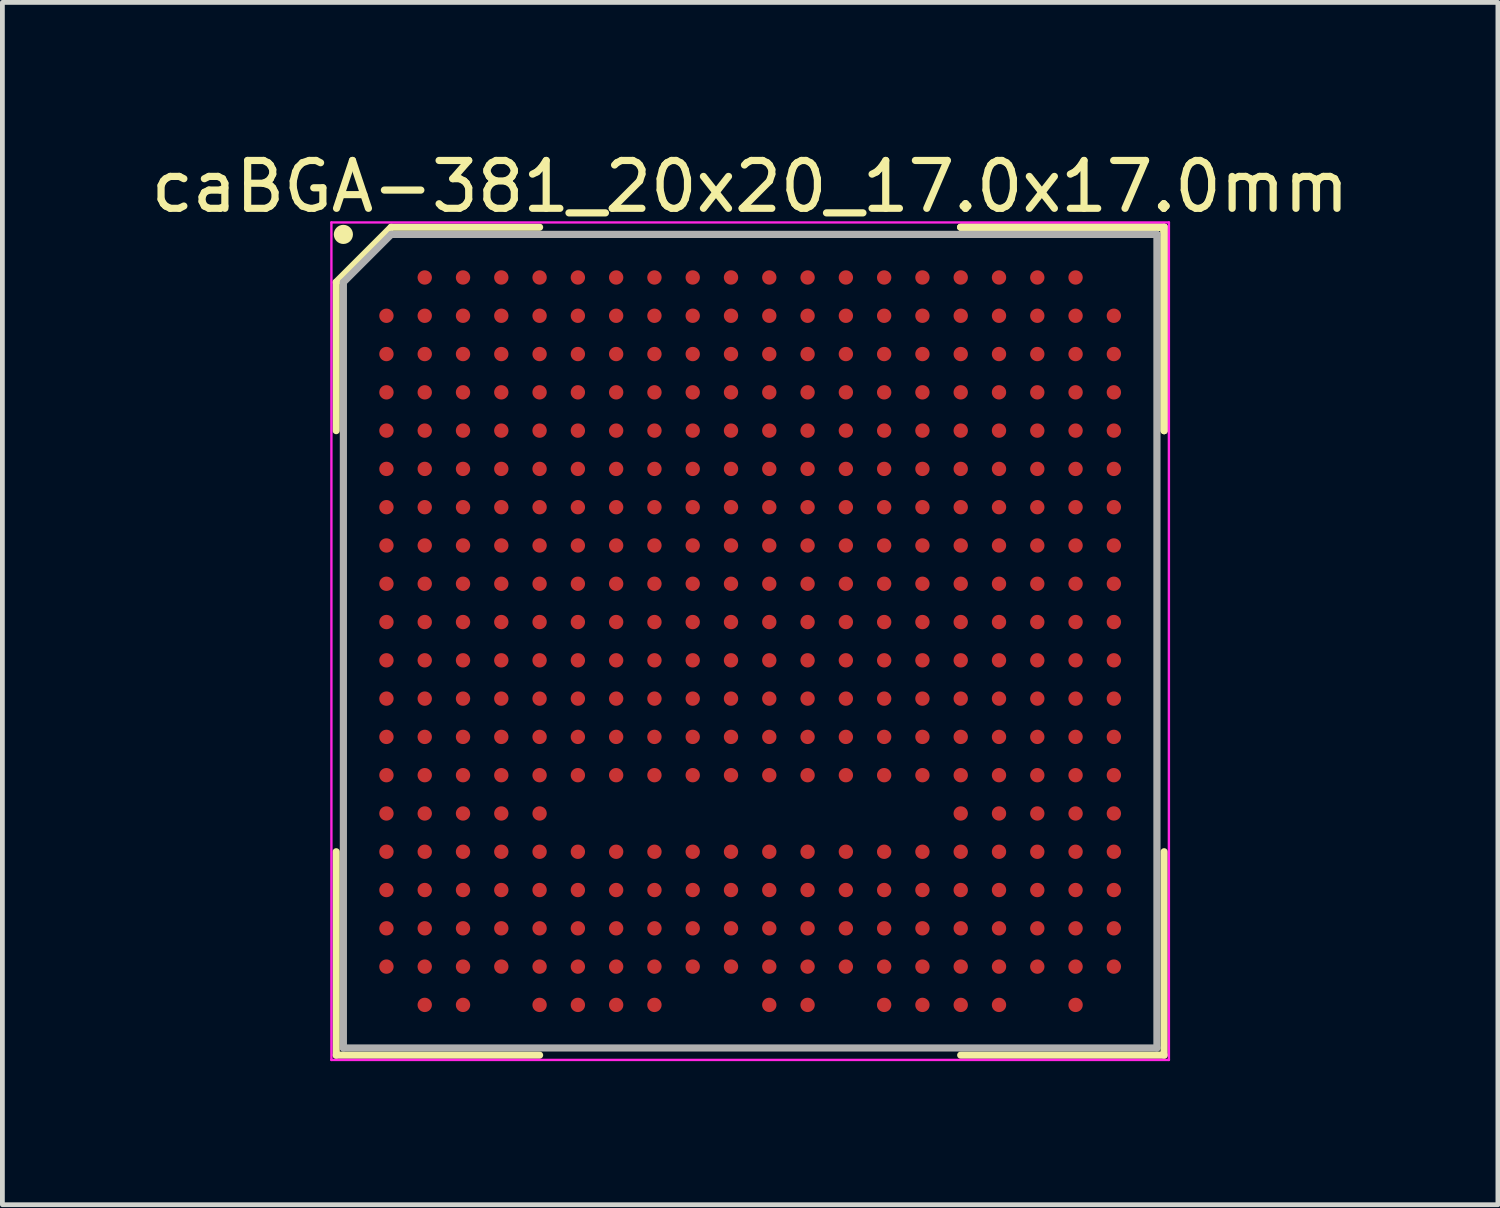
<source format=kicad_pcb>
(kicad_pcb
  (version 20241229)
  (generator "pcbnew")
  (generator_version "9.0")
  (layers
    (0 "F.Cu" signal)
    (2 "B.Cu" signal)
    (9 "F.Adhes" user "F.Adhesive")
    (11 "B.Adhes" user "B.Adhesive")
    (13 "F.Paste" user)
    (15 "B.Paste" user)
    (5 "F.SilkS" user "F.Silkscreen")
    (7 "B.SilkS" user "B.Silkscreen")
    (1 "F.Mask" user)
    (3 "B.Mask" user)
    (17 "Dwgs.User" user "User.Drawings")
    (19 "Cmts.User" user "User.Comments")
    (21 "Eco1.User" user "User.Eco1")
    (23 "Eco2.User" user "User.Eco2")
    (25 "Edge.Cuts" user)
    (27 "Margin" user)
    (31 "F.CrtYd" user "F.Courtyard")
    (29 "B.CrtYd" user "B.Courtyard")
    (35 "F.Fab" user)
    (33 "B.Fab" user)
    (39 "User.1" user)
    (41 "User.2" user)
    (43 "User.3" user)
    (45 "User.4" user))
  (footprint "caBGA-381_20x20_17.0x17.0mm"
    (layer "F.Cu")
    (at 12.625 10.348)
    (property "Reference" "caBGA-381_20x20_17.0x17.0mm" (at 0 -9.5 0) (layer "F.SilkS") (effects (font (size 1 1) (thickness 0.15))))
    (attr smd)
    (fp_line (start -8.65 -7.5) (end -8.65 -4.4) (stroke (width 0.15) (type solid)) (layer "F.SilkS"))
    (fp_line (start -8.65 8.65) (end -8.65 4.4) (stroke (width 0.15) (type solid)) (layer "F.SilkS"))
    (fp_line (start -7.5 -8.65) (end -8.65 -7.5) (stroke (width 0.15) (type solid)) (layer "F.SilkS"))
    (fp_line (start -4.4 -8.65) (end -7.5 -8.65) (stroke (width 0.15) (type solid)) (layer "F.SilkS"))
    (fp_line (start -4.4 8.65) (end -8.65 8.65) (stroke (width 0.15) (type solid)) (layer "F.SilkS"))
    (fp_line (start 4.4 -8.65) (end 8.65 -8.65) (stroke (width 0.15) (type solid)) (layer "F.SilkS"))
    (fp_line (start 4.4 -8.65) (end 8.65 -8.65) (stroke (width 0.15) (type solid)) (layer "F.SilkS"))
    (fp_line (start 4.4 -8.65) (end 8.65 -8.65) (stroke (width 0.15) (type solid)) (layer "F.SilkS"))
    (fp_line (start 4.4 8.65) (end 8.65 8.65) (stroke (width 0.15) (type solid)) (layer "F.SilkS"))
    (fp_line (start 8.65 -8.65) (end 8.65 -4.4) (stroke (width 0.15) (type solid)) (layer "F.SilkS"))
    (fp_line (start 8.65 -8.65) (end 8.65 -4.4) (stroke (width 0.15) (type solid)) (layer "F.SilkS"))
    (fp_line (start 8.65 -8.65) (end 8.65 -4.4) (stroke (width 0.15) (type solid)) (layer "F.SilkS"))
    (fp_line (start 8.65 8.65) (end 8.65 4.4) (stroke (width 0.15) (type solid)) (layer "F.SilkS"))
    (fp_circle (center -8.5 -8.5) (end -8.5 -8.4) (stroke (width 0.2) (type solid)) (fill no) (layer "F.SilkS"))
    (fp_line (start -8.75 -8.75) (end 8.75 -8.75) (stroke (width 0.05) (type solid)) (layer "F.CrtYd"))
    (fp_line (start -8.75 8.75) (end -8.75 -8.75) (stroke (width 0.05) (type solid)) (layer "F.CrtYd"))
    (fp_line (start 8.75 -8.75) (end 8.75 8.75) (stroke (width 0.05) (type solid)) (layer "F.CrtYd"))
    (fp_line (start 8.75 8.75) (end -8.75 8.75) (stroke (width 0.05) (type solid)) (layer "F.CrtYd"))
    (fp_line (start -8.5 -7.5) (end -8.5 8.5) (stroke (width 0.15) (type solid)) (layer "F.Fab"))
    (fp_line (start -8.5 8.5) (end 8.5 8.5) (stroke (width 0.15) (type solid)) (layer "F.Fab"))
    (fp_line (start -7.5 -8.5) (end -8.5 -7.5) (stroke (width 0.15) (type solid)) (layer "F.Fab"))
    (fp_line (start 8.5 -8.5) (end -7.5 -8.5) (stroke (width 0.15) (type solid)) (layer "F.Fab"))
    (fp_line (start 8.5 8.5) (end 8.5 -8.5) (stroke (width 0.15) (type solid)) (layer "F.Fab"))
    (pad "A2" smd circle (at -6.8 -7.6) (size 0.3 0.3) (layers "F.Cu" "F.Mask" "F.Paste"))
    (pad "A3" smd circle (at -6 -7.6) (size 0.3 0.3) (layers "F.Cu" "F.Mask" "F.Paste"))
    (pad "A4" smd circle (at -5.2 -7.6) (size 0.3 0.3) (layers "F.Cu" "F.Mask" "F.Paste"))
    (pad "A5" smd circle (at -4.4 -7.6) (size 0.3 0.3) (layers "F.Cu" "F.Mask" "F.Paste"))
    (pad "A6" smd circle (at -3.6 -7.6) (size 0.3 0.3) (layers "F.Cu" "F.Mask" "F.Paste"))
    (pad "A7" smd circle (at -2.8 -7.6) (size 0.3 0.3) (layers "F.Cu" "F.Mask" "F.Paste"))
    (pad "A8" smd circle (at -2 -7.6) (size 0.3 0.3) (layers "F.Cu" "F.Mask" "F.Paste"))
    (pad "A9" smd circle (at -1.2 -7.6) (size 0.3 0.3) (layers "F.Cu" "F.Mask" "F.Paste"))
    (pad "A10" smd circle (at -0.4 -7.6) (size 0.3 0.3) (layers "F.Cu" "F.Mask" "F.Paste"))
    (pad "A11" smd circle (at 0.4 -7.6) (size 0.3 0.3) (layers "F.Cu" "F.Mask" "F.Paste"))
    (pad "A12" smd circle (at 1.2 -7.6) (size 0.3 0.3) (layers "F.Cu" "F.Mask" "F.Paste"))
    (pad "A13" smd circle (at 2 -7.6) (size 0.3 0.3) (layers "F.Cu" "F.Mask" "F.Paste"))
    (pad "A14" smd circle (at 2.8 -7.6) (size 0.3 0.3) (layers "F.Cu" "F.Mask" "F.Paste"))
    (pad "A15" smd circle (at 3.6 -7.6) (size 0.3 0.3) (layers "F.Cu" "F.Mask" "F.Paste"))
    (pad "A16" smd circle (at 4.4 -7.6) (size 0.3 0.3) (layers "F.Cu" "F.Mask" "F.Paste"))
    (pad "A17" smd circle (at 5.2 -7.6) (size 0.3 0.3) (layers "F.Cu" "F.Mask" "F.Paste"))
    (pad "A18" smd circle (at 6 -7.6) (size 0.3 0.3) (layers "F.Cu" "F.Mask" "F.Paste"))
    (pad "A19" smd circle (at 6.8 -7.6) (size 0.3 0.3) (layers "F.Cu" "F.Mask" "F.Paste"))
    (pad "B1" smd circle (at -7.6 -6.8) (size 0.3 0.3) (layers "F.Cu" "F.Mask" "F.Paste"))
    (pad "B2" smd circle (at -6.8 -6.8) (size 0.3 0.3) (layers "F.Cu" "F.Mask" "F.Paste"))
    (pad "B3" smd circle (at -6 -6.8) (size 0.3 0.3) (layers "F.Cu" "F.Mask" "F.Paste"))
    (pad "B4" smd circle (at -5.2 -6.8) (size 0.3 0.3) (layers "F.Cu" "F.Mask" "F.Paste"))
    (pad "B5" smd circle (at -4.4 -6.8) (size 0.3 0.3) (layers "F.Cu" "F.Mask" "F.Paste"))
    (pad "B6" smd circle (at -3.6 -6.8) (size 0.3 0.3) (layers "F.Cu" "F.Mask" "F.Paste"))
    (pad "B7" smd circle (at -2.8 -6.8) (size 0.3 0.3) (layers "F.Cu" "F.Mask" "F.Paste"))
    (pad "B8" smd circle (at -2 -6.8) (size 0.3 0.3) (layers "F.Cu" "F.Mask" "F.Paste"))
    (pad "B9" smd circle (at -1.2 -6.8) (size 0.3 0.3) (layers "F.Cu" "F.Mask" "F.Paste"))
    (pad "B10" smd circle (at -0.4 -6.8) (size 0.3 0.3) (layers "F.Cu" "F.Mask" "F.Paste"))
    (pad "B11" smd circle (at 0.4 -6.8) (size 0.3 0.3) (layers "F.Cu" "F.Mask" "F.Paste"))
    (pad "B12" smd circle (at 1.2 -6.8) (size 0.3 0.3) (layers "F.Cu" "F.Mask" "F.Paste"))
    (pad "B13" smd circle (at 2 -6.8) (size 0.3 0.3) (layers "F.Cu" "F.Mask" "F.Paste"))
    (pad "B14" smd circle (at 2.8 -6.8) (size 0.3 0.3) (layers "F.Cu" "F.Mask" "F.Paste"))
    (pad "B15" smd circle (at 3.6 -6.8) (size 0.3 0.3) (layers "F.Cu" "F.Mask" "F.Paste"))
    (pad "B16" smd circle (at 4.4 -6.8) (size 0.3 0.3) (layers "F.Cu" "F.Mask" "F.Paste"))
    (pad "B17" smd circle (at 5.2 -6.8) (size 0.3 0.3) (layers "F.Cu" "F.Mask" "F.Paste"))
    (pad "B18" smd circle (at 6 -6.8) (size 0.3 0.3) (layers "F.Cu" "F.Mask" "F.Paste"))
    (pad "B19" smd circle (at 6.8 -6.8) (size 0.3 0.3) (layers "F.Cu" "F.Mask" "F.Paste"))
    (pad "B20" smd circle (at 7.6 -6.8) (size 0.3 0.3) (layers "F.Cu" "F.Mask" "F.Paste"))
    (pad "C1" smd circle (at -7.6 -6) (size 0.3 0.3) (layers "F.Cu" "F.Mask" "F.Paste"))
    (pad "C2" smd circle (at -6.8 -6) (size 0.3 0.3) (layers "F.Cu" "F.Mask" "F.Paste"))
    (pad "C3" smd circle (at -6 -6) (size 0.3 0.3) (layers "F.Cu" "F.Mask" "F.Paste"))
    (pad "C4" smd circle (at -5.2 -6) (size 0.3 0.3) (layers "F.Cu" "F.Mask" "F.Paste"))
    (pad "C5" smd circle (at -4.4 -6) (size 0.3 0.3) (layers "F.Cu" "F.Mask" "F.Paste"))
    (pad "C6" smd circle (at -3.6 -6) (size 0.3 0.3) (layers "F.Cu" "F.Mask" "F.Paste"))
    (pad "C7" smd circle (at -2.8 -6) (size 0.3 0.3) (layers "F.Cu" "F.Mask" "F.Paste"))
    (pad "C8" smd circle (at -2 -6) (size 0.3 0.3) (layers "F.Cu" "F.Mask" "F.Paste"))
    (pad "C9" smd circle (at -1.2 -6) (size 0.3 0.3) (layers "F.Cu" "F.Mask" "F.Paste"))
    (pad "C10" smd circle (at -0.4 -6) (size 0.3 0.3) (layers "F.Cu" "F.Mask" "F.Paste"))
    (pad "C11" smd circle (at 0.4 -6) (size 0.3 0.3) (layers "F.Cu" "F.Mask" "F.Paste"))
    (pad "C12" smd circle (at 1.2 -6) (size 0.3 0.3) (layers "F.Cu" "F.Mask" "F.Paste"))
    (pad "C13" smd circle (at 2 -6) (size 0.3 0.3) (layers "F.Cu" "F.Mask" "F.Paste"))
    (pad "C14" smd circle (at 2.8 -6) (size 0.3 0.3) (layers "F.Cu" "F.Mask" "F.Paste"))
    (pad "C15" smd circle (at 3.6 -6) (size 0.3 0.3) (layers "F.Cu" "F.Mask" "F.Paste"))
    (pad "C16" smd circle (at 4.4 -6) (size 0.3 0.3) (layers "F.Cu" "F.Mask" "F.Paste"))
    (pad "C17" smd circle (at 5.2 -6) (size 0.3 0.3) (layers "F.Cu" "F.Mask" "F.Paste"))
    (pad "C18" smd circle (at 6 -6) (size 0.3 0.3) (layers "F.Cu" "F.Mask" "F.Paste"))
    (pad "C19" smd circle (at 6.8 -6) (size 0.3 0.3) (layers "F.Cu" "F.Mask" "F.Paste"))
    (pad "C20" smd circle (at 7.6 -6) (size 0.3 0.3) (layers "F.Cu" "F.Mask" "F.Paste"))
    (pad "D1" smd circle (at -7.6 -5.2) (size 0.3 0.3) (layers "F.Cu" "F.Mask" "F.Paste"))
    (pad "D2" smd circle (at -6.8 -5.2) (size 0.3 0.3) (layers "F.Cu" "F.Mask" "F.Paste"))
    (pad "D3" smd circle (at -6 -5.2) (size 0.3 0.3) (layers "F.Cu" "F.Mask" "F.Paste"))
    (pad "D4" smd circle (at -5.2 -5.2) (size 0.3 0.3) (layers "F.Cu" "F.Mask" "F.Paste"))
    (pad "D5" smd circle (at -4.4 -5.2) (size 0.3 0.3) (layers "F.Cu" "F.Mask" "F.Paste"))
    (pad "D6" smd circle (at -3.6 -5.2) (size 0.3 0.3) (layers "F.Cu" "F.Mask" "F.Paste"))
    (pad "D7" smd circle (at -2.8 -5.2) (size 0.3 0.3) (layers "F.Cu" "F.Mask" "F.Paste"))
    (pad "D8" smd circle (at -2 -5.2) (size 0.3 0.3) (layers "F.Cu" "F.Mask" "F.Paste"))
    (pad "D9" smd circle (at -1.2 -5.2) (size 0.3 0.3) (layers "F.Cu" "F.Mask" "F.Paste"))
    (pad "D10" smd circle (at -0.4 -5.2) (size 0.3 0.3) (layers "F.Cu" "F.Mask" "F.Paste"))
    (pad "D11" smd circle (at 0.4 -5.2) (size 0.3 0.3) (layers "F.Cu" "F.Mask" "F.Paste"))
    (pad "D12" smd circle (at 1.2 -5.2) (size 0.3 0.3) (layers "F.Cu" "F.Mask" "F.Paste"))
    (pad "D13" smd circle (at 2 -5.2) (size 0.3 0.3) (layers "F.Cu" "F.Mask" "F.Paste"))
    (pad "D14" smd circle (at 2.8 -5.2) (size 0.3 0.3) (layers "F.Cu" "F.Mask" "F.Paste"))
    (pad "D15" smd circle (at 3.6 -5.2) (size 0.3 0.3) (layers "F.Cu" "F.Mask" "F.Paste"))
    (pad "D16" smd circle (at 4.4 -5.2) (size 0.3 0.3) (layers "F.Cu" "F.Mask" "F.Paste"))
    (pad "D17" smd circle (at 5.2 -5.2) (size 0.3 0.3) (layers "F.Cu" "F.Mask" "F.Paste"))
    (pad "D18" smd circle (at 6 -5.2) (size 0.3 0.3) (layers "F.Cu" "F.Mask" "F.Paste"))
    (pad "D19" smd circle (at 6.8 -5.2) (size 0.3 0.3) (layers "F.Cu" "F.Mask" "F.Paste"))
    (pad "D20" smd circle (at 7.6 -5.2) (size 0.3 0.3) (layers "F.Cu" "F.Mask" "F.Paste"))
    (pad "E1" smd circle (at -7.6 -4.4) (size 0.3 0.3) (layers "F.Cu" "F.Mask" "F.Paste"))
    (pad "E2" smd circle (at -6.8 -4.4) (size 0.3 0.3) (layers "F.Cu" "F.Mask" "F.Paste"))
    (pad "E3" smd circle (at -6 -4.4) (size 0.3 0.3) (layers "F.Cu" "F.Mask" "F.Paste"))
    (pad "E4" smd circle (at -5.2 -4.4) (size 0.3 0.3) (layers "F.Cu" "F.Mask" "F.Paste"))
    (pad "E5" smd circle (at -4.4 -4.4) (size 0.3 0.3) (layers "F.Cu" "F.Mask" "F.Paste"))
    (pad "E6" smd circle (at -3.6 -4.4) (size 0.3 0.3) (layers "F.Cu" "F.Mask" "F.Paste"))
    (pad "E7" smd circle (at -2.8 -4.4) (size 0.3 0.3) (layers "F.Cu" "F.Mask" "F.Paste"))
    (pad "E8" smd circle (at -2 -4.4) (size 0.3 0.3) (layers "F.Cu" "F.Mask" "F.Paste"))
    (pad "E9" smd circle (at -1.2 -4.4) (size 0.3 0.3) (layers "F.Cu" "F.Mask" "F.Paste"))
    (pad "E10" smd circle (at -0.4 -4.4) (size 0.3 0.3) (layers "F.Cu" "F.Mask" "F.Paste"))
    (pad "E11" smd circle (at 0.4 -4.4) (size 0.3 0.3) (layers "F.Cu" "F.Mask" "F.Paste"))
    (pad "E12" smd circle (at 1.2 -4.4) (size 0.3 0.3) (layers "F.Cu" "F.Mask" "F.Paste"))
    (pad "E13" smd circle (at 2 -4.4) (size 0.3 0.3) (layers "F.Cu" "F.Mask" "F.Paste"))
    (pad "E14" smd circle (at 2.8 -4.4) (size 0.3 0.3) (layers "F.Cu" "F.Mask" "F.Paste"))
    (pad "E15" smd circle (at 3.6 -4.4) (size 0.3 0.3) (layers "F.Cu" "F.Mask" "F.Paste"))
    (pad "E16" smd circle (at 4.4 -4.4) (size 0.3 0.3) (layers "F.Cu" "F.Mask" "F.Paste"))
    (pad "E17" smd circle (at 5.2 -4.4) (size 0.3 0.3) (layers "F.Cu" "F.Mask" "F.Paste"))
    (pad "E18" smd circle (at 6 -4.4) (size 0.3 0.3) (layers "F.Cu" "F.Mask" "F.Paste"))
    (pad "E19" smd circle (at 6.8 -4.4) (size 0.3 0.3) (layers "F.Cu" "F.Mask" "F.Paste"))
    (pad "E20" smd circle (at 7.6 -4.4) (size 0.3 0.3) (layers "F.Cu" "F.Mask" "F.Paste"))
    (pad "F1" smd circle (at -7.6 -3.6) (size 0.3 0.3) (layers "F.Cu" "F.Mask" "F.Paste"))
    (pad "F2" smd circle (at -6.8 -3.6) (size 0.3 0.3) (layers "F.Cu" "F.Mask" "F.Paste"))
    (pad "F3" smd circle (at -6 -3.6) (size 0.3 0.3) (layers "F.Cu" "F.Mask" "F.Paste"))
    (pad "F4" smd circle (at -5.2 -3.6) (size 0.3 0.3) (layers "F.Cu" "F.Mask" "F.Paste"))
    (pad "F5" smd circle (at -4.4 -3.6) (size 0.3 0.3) (layers "F.Cu" "F.Mask" "F.Paste"))
    (pad "F6" smd circle (at -3.6 -3.6) (size 0.3 0.3) (layers "F.Cu" "F.Mask" "F.Paste"))
    (pad "F7" smd circle (at -2.8 -3.6) (size 0.3 0.3) (layers "F.Cu" "F.Mask" "F.Paste"))
    (pad "F8" smd circle (at -2 -3.6) (size 0.3 0.3) (layers "F.Cu" "F.Mask" "F.Paste"))
    (pad "F9" smd circle (at -1.2 -3.6) (size 0.3 0.3) (layers "F.Cu" "F.Mask" "F.Paste"))
    (pad "F10" smd circle (at -0.4 -3.6) (size 0.3 0.3) (layers "F.Cu" "F.Mask" "F.Paste"))
    (pad "F11" smd circle (at 0.4 -3.6) (size 0.3 0.3) (layers "F.Cu" "F.Mask" "F.Paste"))
    (pad "F12" smd circle (at 1.2 -3.6) (size 0.3 0.3) (layers "F.Cu" "F.Mask" "F.Paste"))
    (pad "F13" smd circle (at 2 -3.6) (size 0.3 0.3) (layers "F.Cu" "F.Mask" "F.Paste"))
    (pad "F14" smd circle (at 2.8 -3.6) (size 0.3 0.3) (layers "F.Cu" "F.Mask" "F.Paste"))
    (pad "F15" smd circle (at 3.6 -3.6) (size 0.3 0.3) (layers "F.Cu" "F.Mask" "F.Paste"))
    (pad "F16" smd circle (at 4.4 -3.6) (size 0.3 0.3) (layers "F.Cu" "F.Mask" "F.Paste"))
    (pad "F17" smd circle (at 5.2 -3.6) (size 0.3 0.3) (layers "F.Cu" "F.Mask" "F.Paste"))
    (pad "F18" smd circle (at 6 -3.6) (size 0.3 0.3) (layers "F.Cu" "F.Mask" "F.Paste"))
    (pad "F19" smd circle (at 6.8 -3.6) (size 0.3 0.3) (layers "F.Cu" "F.Mask" "F.Paste"))
    (pad "F20" smd circle (at 7.6 -3.6) (size 0.3 0.3) (layers "F.Cu" "F.Mask" "F.Paste"))
    (pad "G1" smd circle (at -7.6 -2.8) (size 0.3 0.3) (layers "F.Cu" "F.Mask" "F.Paste"))
    (pad "G2" smd circle (at -6.8 -2.8) (size 0.3 0.3) (layers "F.Cu" "F.Mask" "F.Paste"))
    (pad "G3" smd circle (at -6 -2.8) (size 0.3 0.3) (layers "F.Cu" "F.Mask" "F.Paste"))
    (pad "G4" smd circle (at -5.2 -2.8) (size 0.3 0.3) (layers "F.Cu" "F.Mask" "F.Paste"))
    (pad "G5" smd circle (at -4.4 -2.8) (size 0.3 0.3) (layers "F.Cu" "F.Mask" "F.Paste"))
    (pad "G6" smd circle (at -3.6 -2.8) (size 0.3 0.3) (layers "F.Cu" "F.Mask" "F.Paste"))
    (pad "G7" smd circle (at -2.8 -2.8) (size 0.3 0.3) (layers "F.Cu" "F.Mask" "F.Paste"))
    (pad "G8" smd circle (at -2 -2.8) (size 0.3 0.3) (layers "F.Cu" "F.Mask" "F.Paste"))
    (pad "G9" smd circle (at -1.2 -2.8) (size 0.3 0.3) (layers "F.Cu" "F.Mask" "F.Paste"))
    (pad "G10" smd circle (at -0.4 -2.8) (size 0.3 0.3) (layers "F.Cu" "F.Mask" "F.Paste"))
    (pad "G11" smd circle (at 0.4 -2.8) (size 0.3 0.3) (layers "F.Cu" "F.Mask" "F.Paste"))
    (pad "G12" smd circle (at 1.2 -2.8) (size 0.3 0.3) (layers "F.Cu" "F.Mask" "F.Paste"))
    (pad "G13" smd circle (at 2 -2.8) (size 0.3 0.3) (layers "F.Cu" "F.Mask" "F.Paste"))
    (pad "G14" smd circle (at 2.8 -2.8) (size 0.3 0.3) (layers "F.Cu" "F.Mask" "F.Paste"))
    (pad "G15" smd circle (at 3.6 -2.8) (size 0.3 0.3) (layers "F.Cu" "F.Mask" "F.Paste"))
    (pad "G16" smd circle (at 4.4 -2.8) (size 0.3 0.3) (layers "F.Cu" "F.Mask" "F.Paste"))
    (pad "G17" smd circle (at 5.2 -2.8) (size 0.3 0.3) (layers "F.Cu" "F.Mask" "F.Paste"))
    (pad "G18" smd circle (at 6 -2.8) (size 0.3 0.3) (layers "F.Cu" "F.Mask" "F.Paste"))
    (pad "G19" smd circle (at 6.8 -2.8) (size 0.3 0.3) (layers "F.Cu" "F.Mask" "F.Paste"))
    (pad "G20" smd circle (at 7.6 -2.8) (size 0.3 0.3) (layers "F.Cu" "F.Mask" "F.Paste"))
    (pad "H1" smd circle (at -7.6 -2) (size 0.3 0.3) (layers "F.Cu" "F.Mask" "F.Paste"))
    (pad "H2" smd circle (at -6.8 -2) (size 0.3 0.3) (layers "F.Cu" "F.Mask" "F.Paste"))
    (pad "H3" smd circle (at -6 -2) (size 0.3 0.3) (layers "F.Cu" "F.Mask" "F.Paste"))
    (pad "H4" smd circle (at -5.2 -2) (size 0.3 0.3) (layers "F.Cu" "F.Mask" "F.Paste"))
    (pad "H5" smd circle (at -4.4 -2) (size 0.3 0.3) (layers "F.Cu" "F.Mask" "F.Paste"))
    (pad "H6" smd circle (at -3.6 -2) (size 0.3 0.3) (layers "F.Cu" "F.Mask" "F.Paste"))
    (pad "H7" smd circle (at -2.8 -2) (size 0.3 0.3) (layers "F.Cu" "F.Mask" "F.Paste"))
    (pad "H8" smd circle (at -2 -2) (size 0.3 0.3) (layers "F.Cu" "F.Mask" "F.Paste"))
    (pad "H9" smd circle (at -1.2 -2) (size 0.3 0.3) (layers "F.Cu" "F.Mask" "F.Paste"))
    (pad "H10" smd circle (at -0.4 -2) (size 0.3 0.3) (layers "F.Cu" "F.Mask" "F.Paste"))
    (pad "H11" smd circle (at 0.4 -2) (size 0.3 0.3) (layers "F.Cu" "F.Mask" "F.Paste"))
    (pad "H12" smd circle (at 1.2 -2) (size 0.3 0.3) (layers "F.Cu" "F.Mask" "F.Paste"))
    (pad "H13" smd circle (at 2 -2) (size 0.3 0.3) (layers "F.Cu" "F.Mask" "F.Paste"))
    (pad "H14" smd circle (at 2.8 -2) (size 0.3 0.3) (layers "F.Cu" "F.Mask" "F.Paste"))
    (pad "H15" smd circle (at 3.6 -2) (size 0.3 0.3) (layers "F.Cu" "F.Mask" "F.Paste"))
    (pad "H16" smd circle (at 4.4 -2) (size 0.3 0.3) (layers "F.Cu" "F.Mask" "F.Paste"))
    (pad "H17" smd circle (at 5.2 -2) (size 0.3 0.3) (layers "F.Cu" "F.Mask" "F.Paste"))
    (pad "H18" smd circle (at 6 -2) (size 0.3 0.3) (layers "F.Cu" "F.Mask" "F.Paste"))
    (pad "H19" smd circle (at 6.8 -2) (size 0.3 0.3) (layers "F.Cu" "F.Mask" "F.Paste"))
    (pad "H20" smd circle (at 7.6 -2) (size 0.3 0.3) (layers "F.Cu" "F.Mask" "F.Paste"))
    (pad "J1" smd circle (at -7.6 -1.2) (size 0.3 0.3) (layers "F.Cu" "F.Mask" "F.Paste"))
    (pad "J2" smd circle (at -6.8 -1.2) (size 0.3 0.3) (layers "F.Cu" "F.Mask" "F.Paste"))
    (pad "J3" smd circle (at -6 -1.2) (size 0.3 0.3) (layers "F.Cu" "F.Mask" "F.Paste"))
    (pad "J4" smd circle (at -5.2 -1.2) (size 0.3 0.3) (layers "F.Cu" "F.Mask" "F.Paste"))
    (pad "J5" smd circle (at -4.4 -1.2) (size 0.3 0.3) (layers "F.Cu" "F.Mask" "F.Paste"))
    (pad "J6" smd circle (at -3.6 -1.2) (size 0.3 0.3) (layers "F.Cu" "F.Mask" "F.Paste"))
    (pad "J7" smd circle (at -2.8 -1.2) (size 0.3 0.3) (layers "F.Cu" "F.Mask" "F.Paste"))
    (pad "J8" smd circle (at -2 -1.2) (size 0.3 0.3) (layers "F.Cu" "F.Mask" "F.Paste"))
    (pad "J9" smd circle (at -1.2 -1.2) (size 0.3 0.3) (layers "F.Cu" "F.Mask" "F.Paste"))
    (pad "J10" smd circle (at -0.4 -1.2) (size 0.3 0.3) (layers "F.Cu" "F.Mask" "F.Paste"))
    (pad "J11" smd circle (at 0.4 -1.2) (size 0.3 0.3) (layers "F.Cu" "F.Mask" "F.Paste"))
    (pad "J12" smd circle (at 1.2 -1.2) (size 0.3 0.3) (layers "F.Cu" "F.Mask" "F.Paste"))
    (pad "J13" smd circle (at 2 -1.2) (size 0.3 0.3) (layers "F.Cu" "F.Mask" "F.Paste"))
    (pad "J14" smd circle (at 2.8 -1.2) (size 0.3 0.3) (layers "F.Cu" "F.Mask" "F.Paste"))
    (pad "J15" smd circle (at 3.6 -1.2) (size 0.3 0.3) (layers "F.Cu" "F.Mask" "F.Paste"))
    (pad "J16" smd circle (at 4.4 -1.2) (size 0.3 0.3) (layers "F.Cu" "F.Mask" "F.Paste"))
    (pad "J17" smd circle (at 5.2 -1.2) (size 0.3 0.3) (layers "F.Cu" "F.Mask" "F.Paste"))
    (pad "J18" smd circle (at 6 -1.2) (size 0.3 0.3) (layers "F.Cu" "F.Mask" "F.Paste"))
    (pad "J19" smd circle (at 6.8 -1.2) (size 0.3 0.3) (layers "F.Cu" "F.Mask" "F.Paste"))
    (pad "J20" smd circle (at 7.6 -1.2) (size 0.3 0.3) (layers "F.Cu" "F.Mask" "F.Paste"))
    (pad "K1" smd circle (at -7.6 -0.4) (size 0.3 0.3) (layers "F.Cu" "F.Mask" "F.Paste"))
    (pad "K2" smd circle (at -6.8 -0.4) (size 0.3 0.3) (layers "F.Cu" "F.Mask" "F.Paste"))
    (pad "K3" smd circle (at -6 -0.4) (size 0.3 0.3) (layers "F.Cu" "F.Mask" "F.Paste"))
    (pad "K4" smd circle (at -5.2 -0.4) (size 0.3 0.3) (layers "F.Cu" "F.Mask" "F.Paste"))
    (pad "K5" smd circle (at -4.4 -0.4) (size 0.3 0.3) (layers "F.Cu" "F.Mask" "F.Paste"))
    (pad "K6" smd circle (at -3.6 -0.4) (size 0.3 0.3) (layers "F.Cu" "F.Mask" "F.Paste"))
    (pad "K7" smd circle (at -2.8 -0.4) (size 0.3 0.3) (layers "F.Cu" "F.Mask" "F.Paste"))
    (pad "K8" smd circle (at -2 -0.4) (size 0.3 0.3) (layers "F.Cu" "F.Mask" "F.Paste"))
    (pad "K9" smd circle (at -1.2 -0.4) (size 0.3 0.3) (layers "F.Cu" "F.Mask" "F.Paste"))
    (pad "K10" smd circle (at -0.4 -0.4) (size 0.3 0.3) (layers "F.Cu" "F.Mask" "F.Paste"))
    (pad "K11" smd circle (at 0.4 -0.4) (size 0.3 0.3) (layers "F.Cu" "F.Mask" "F.Paste"))
    (pad "K12" smd circle (at 1.2 -0.4) (size 0.3 0.3) (layers "F.Cu" "F.Mask" "F.Paste"))
    (pad "K13" smd circle (at 2 -0.4) (size 0.3 0.3) (layers "F.Cu" "F.Mask" "F.Paste"))
    (pad "K14" smd circle (at 2.8 -0.4) (size 0.3 0.3) (layers "F.Cu" "F.Mask" "F.Paste"))
    (pad "K15" smd circle (at 3.6 -0.4) (size 0.3 0.3) (layers "F.Cu" "F.Mask" "F.Paste"))
    (pad "K16" smd circle (at 4.4 -0.4) (size 0.3 0.3) (layers "F.Cu" "F.Mask" "F.Paste"))
    (pad "K17" smd circle (at 5.2 -0.4) (size 0.3 0.3) (layers "F.Cu" "F.Mask" "F.Paste"))
    (pad "K18" smd circle (at 6 -0.4) (size 0.3 0.3) (layers "F.Cu" "F.Mask" "F.Paste"))
    (pad "K19" smd circle (at 6.8 -0.4) (size 0.3 0.3) (layers "F.Cu" "F.Mask" "F.Paste"))
    (pad "K20" smd circle (at 7.6 -0.4) (size 0.3 0.3) (layers "F.Cu" "F.Mask" "F.Paste"))
    (pad "L1" smd circle (at -7.6 0.4) (size 0.3 0.3) (layers "F.Cu" "F.Mask" "F.Paste"))
    (pad "L2" smd circle (at -6.8 0.4) (size 0.3 0.3) (layers "F.Cu" "F.Mask" "F.Paste"))
    (pad "L3" smd circle (at -6 0.4) (size 0.3 0.3) (layers "F.Cu" "F.Mask" "F.Paste"))
    (pad "L4" smd circle (at -5.2 0.4) (size 0.3 0.3) (layers "F.Cu" "F.Mask" "F.Paste"))
    (pad "L5" smd circle (at -4.4 0.4) (size 0.3 0.3) (layers "F.Cu" "F.Mask" "F.Paste"))
    (pad "L6" smd circle (at -3.6 0.4) (size 0.3 0.3) (layers "F.Cu" "F.Mask" "F.Paste"))
    (pad "L7" smd circle (at -2.8 0.4) (size 0.3 0.3) (layers "F.Cu" "F.Mask" "F.Paste"))
    (pad "L8" smd circle (at -2 0.4) (size 0.3 0.3) (layers "F.Cu" "F.Mask" "F.Paste"))
    (pad "L9" smd circle (at -1.2 0.4) (size 0.3 0.3) (layers "F.Cu" "F.Mask" "F.Paste"))
    (pad "L10" smd circle (at -0.4 0.4) (size 0.3 0.3) (layers "F.Cu" "F.Mask" "F.Paste"))
    (pad "L11" smd circle (at 0.4 0.4) (size 0.3 0.3) (layers "F.Cu" "F.Mask" "F.Paste"))
    (pad "L12" smd circle (at 1.2 0.4) (size 0.3 0.3) (layers "F.Cu" "F.Mask" "F.Paste"))
    (pad "L13" smd circle (at 2 0.4) (size 0.3 0.3) (layers "F.Cu" "F.Mask" "F.Paste"))
    (pad "L14" smd circle (at 2.8 0.4) (size 0.3 0.3) (layers "F.Cu" "F.Mask" "F.Paste"))
    (pad "L15" smd circle (at 3.6 0.4) (size 0.3 0.3) (layers "F.Cu" "F.Mask" "F.Paste"))
    (pad "L16" smd circle (at 4.4 0.4) (size 0.3 0.3) (layers "F.Cu" "F.Mask" "F.Paste"))
    (pad "L17" smd circle (at 5.2 0.4) (size 0.3 0.3) (layers "F.Cu" "F.Mask" "F.Paste"))
    (pad "L18" smd circle (at 6 0.4) (size 0.3 0.3) (layers "F.Cu" "F.Mask" "F.Paste"))
    (pad "L19" smd circle (at 6.8 0.4) (size 0.3 0.3) (layers "F.Cu" "F.Mask" "F.Paste"))
    (pad "L20" smd circle (at 7.6 0.4) (size 0.3 0.3) (layers "F.Cu" "F.Mask" "F.Paste"))
    (pad "M1" smd circle (at -7.6 1.2) (size 0.3 0.3) (layers "F.Cu" "F.Mask" "F.Paste"))
    (pad "M2" smd circle (at -6.8 1.2) (size 0.3 0.3) (layers "F.Cu" "F.Mask" "F.Paste"))
    (pad "M3" smd circle (at -6 1.2) (size 0.3 0.3) (layers "F.Cu" "F.Mask" "F.Paste"))
    (pad "M4" smd circle (at -5.2 1.2) (size 0.3 0.3) (layers "F.Cu" "F.Mask" "F.Paste"))
    (pad "M5" smd circle (at -4.4 1.2) (size 0.3 0.3) (layers "F.Cu" "F.Mask" "F.Paste"))
    (pad "M6" smd circle (at -3.6 1.2) (size 0.3 0.3) (layers "F.Cu" "F.Mask" "F.Paste"))
    (pad "M7" smd circle (at -2.8 1.2) (size 0.3 0.3) (layers "F.Cu" "F.Mask" "F.Paste"))
    (pad "M8" smd circle (at -2 1.2) (size 0.3 0.3) (layers "F.Cu" "F.Mask" "F.Paste"))
    (pad "M9" smd circle (at -1.2 1.2) (size 0.3 0.3) (layers "F.Cu" "F.Mask" "F.Paste"))
    (pad "M10" smd circle (at -0.4 1.2) (size 0.3 0.3) (layers "F.Cu" "F.Mask" "F.Paste"))
    (pad "M11" smd circle (at 0.4 1.2) (size 0.3 0.3) (layers "F.Cu" "F.Mask" "F.Paste"))
    (pad "M12" smd circle (at 1.2 1.2) (size 0.3 0.3) (layers "F.Cu" "F.Mask" "F.Paste"))
    (pad "M13" smd circle (at 2 1.2) (size 0.3 0.3) (layers "F.Cu" "F.Mask" "F.Paste"))
    (pad "M14" smd circle (at 2.8 1.2) (size 0.3 0.3) (layers "F.Cu" "F.Mask" "F.Paste"))
    (pad "M15" smd circle (at 3.6 1.2) (size 0.3 0.3) (layers "F.Cu" "F.Mask" "F.Paste"))
    (pad "M16" smd circle (at 4.4 1.2) (size 0.3 0.3) (layers "F.Cu" "F.Mask" "F.Paste"))
    (pad "M17" smd circle (at 5.2 1.2) (size 0.3 0.3) (layers "F.Cu" "F.Mask" "F.Paste"))
    (pad "M18" smd circle (at 6 1.2) (size 0.3 0.3) (layers "F.Cu" "F.Mask" "F.Paste"))
    (pad "M19" smd circle (at 6.8 1.2) (size 0.3 0.3) (layers "F.Cu" "F.Mask" "F.Paste"))
    (pad "M20" smd circle (at 7.6 1.2) (size 0.3 0.3) (layers "F.Cu" "F.Mask" "F.Paste"))
    (pad "N1" smd circle (at -7.6 2) (size 0.3 0.3) (layers "F.Cu" "F.Mask" "F.Paste"))
    (pad "N2" smd circle (at -6.8 2) (size 0.3 0.3) (layers "F.Cu" "F.Mask" "F.Paste"))
    (pad "N3" smd circle (at -6 2) (size 0.3 0.3) (layers "F.Cu" "F.Mask" "F.Paste"))
    (pad "N4" smd circle (at -5.2 2) (size 0.3 0.3) (layers "F.Cu" "F.Mask" "F.Paste"))
    (pad "N5" smd circle (at -4.4 2) (size 0.3 0.3) (layers "F.Cu" "F.Mask" "F.Paste"))
    (pad "N6" smd circle (at -3.6 2) (size 0.3 0.3) (layers "F.Cu" "F.Mask" "F.Paste"))
    (pad "N7" smd circle (at -2.8 2) (size 0.3 0.3) (layers "F.Cu" "F.Mask" "F.Paste"))
    (pad "N8" smd circle (at -2 2) (size 0.3 0.3) (layers "F.Cu" "F.Mask" "F.Paste"))
    (pad "N9" smd circle (at -1.2 2) (size 0.3 0.3) (layers "F.Cu" "F.Mask" "F.Paste"))
    (pad "N10" smd circle (at -0.4 2) (size 0.3 0.3) (layers "F.Cu" "F.Mask" "F.Paste"))
    (pad "N11" smd circle (at 0.4 2) (size 0.3 0.3) (layers "F.Cu" "F.Mask" "F.Paste"))
    (pad "N12" smd circle (at 1.2 2) (size 0.3 0.3) (layers "F.Cu" "F.Mask" "F.Paste"))
    (pad "N13" smd circle (at 2 2) (size 0.3 0.3) (layers "F.Cu" "F.Mask" "F.Paste"))
    (pad "N14" smd circle (at 2.8 2) (size 0.3 0.3) (layers "F.Cu" "F.Mask" "F.Paste"))
    (pad "N15" smd circle (at 3.6 2) (size 0.3 0.3) (layers "F.Cu" "F.Mask" "F.Paste"))
    (pad "N16" smd circle (at 4.4 2) (size 0.3 0.3) (layers "F.Cu" "F.Mask" "F.Paste"))
    (pad "N17" smd circle (at 5.2 2) (size 0.3 0.3) (layers "F.Cu" "F.Mask" "F.Paste"))
    (pad "N18" smd circle (at 6 2) (size 0.3 0.3) (layers "F.Cu" "F.Mask" "F.Paste"))
    (pad "N19" smd circle (at 6.8 2) (size 0.3 0.3) (layers "F.Cu" "F.Mask" "F.Paste"))
    (pad "N20" smd circle (at 7.6 2) (size 0.3 0.3) (layers "F.Cu" "F.Mask" "F.Paste"))
    (pad "P1" smd circle (at -7.6 2.8) (size 0.3 0.3) (layers "F.Cu" "F.Mask" "F.Paste"))
    (pad "P2" smd circle (at -6.8 2.8) (size 0.3 0.3) (layers "F.Cu" "F.Mask" "F.Paste"))
    (pad "P3" smd circle (at -6 2.8) (size 0.3 0.3) (layers "F.Cu" "F.Mask" "F.Paste"))
    (pad "P4" smd circle (at -5.2 2.8) (size 0.3 0.3) (layers "F.Cu" "F.Mask" "F.Paste"))
    (pad "P5" smd circle (at -4.4 2.8) (size 0.3 0.3) (layers "F.Cu" "F.Mask" "F.Paste"))
    (pad "P6" smd circle (at -3.6 2.8) (size 0.3 0.3) (layers "F.Cu" "F.Mask" "F.Paste"))
    (pad "P7" smd circle (at -2.8 2.8) (size 0.3 0.3) (layers "F.Cu" "F.Mask" "F.Paste"))
    (pad "P8" smd circle (at -2 2.8) (size 0.3 0.3) (layers "F.Cu" "F.Mask" "F.Paste"))
    (pad "P9" smd circle (at -1.2 2.8) (size 0.3 0.3) (layers "F.Cu" "F.Mask" "F.Paste"))
    (pad "P10" smd circle (at -0.4 2.8) (size 0.3 0.3) (layers "F.Cu" "F.Mask" "F.Paste"))
    (pad "P11" smd circle (at 0.4 2.8) (size 0.3 0.3) (layers "F.Cu" "F.Mask" "F.Paste"))
    (pad "P12" smd circle (at 1.2 2.8) (size 0.3 0.3) (layers "F.Cu" "F.Mask" "F.Paste"))
    (pad "P13" smd circle (at 2 2.8) (size 0.3 0.3) (layers "F.Cu" "F.Mask" "F.Paste"))
    (pad "P14" smd circle (at 2.8 2.8) (size 0.3 0.3) (layers "F.Cu" "F.Mask" "F.Paste"))
    (pad "P15" smd circle (at 3.6 2.8) (size 0.3 0.3) (layers "F.Cu" "F.Mask" "F.Paste"))
    (pad "P16" smd circle (at 4.4 2.8) (size 0.3 0.3) (layers "F.Cu" "F.Mask" "F.Paste"))
    (pad "P17" smd circle (at 5.2 2.8) (size 0.3 0.3) (layers "F.Cu" "F.Mask" "F.Paste"))
    (pad "P18" smd circle (at 6 2.8) (size 0.3 0.3) (layers "F.Cu" "F.Mask" "F.Paste"))
    (pad "P19" smd circle (at 6.8 2.8) (size 0.3 0.3) (layers "F.Cu" "F.Mask" "F.Paste"))
    (pad "P20" smd circle (at 7.6 2.8) (size 0.3 0.3) (layers "F.Cu" "F.Mask" "F.Paste"))
    (pad "R1" smd circle (at -7.6 3.6) (size 0.3 0.3) (layers "F.Cu" "F.Mask" "F.Paste"))
    (pad "R2" smd circle (at -6.8 3.6) (size 0.3 0.3) (layers "F.Cu" "F.Mask" "F.Paste"))
    (pad "R3" smd circle (at -6 3.6) (size 0.3 0.3) (layers "F.Cu" "F.Mask" "F.Paste"))
    (pad "R4" smd circle (at -5.2 3.6) (size 0.3 0.3) (layers "F.Cu" "F.Mask" "F.Paste"))
    (pad "R5" smd circle (at -4.4 3.6) (size 0.3 0.3) (layers "F.Cu" "F.Mask" "F.Paste"))
    (pad "R16" smd circle (at 4.4 3.6) (size 0.3 0.3) (layers "F.Cu" "F.Mask" "F.Paste"))
    (pad "R17" smd circle (at 5.2 3.6) (size 0.3 0.3) (layers "F.Cu" "F.Mask" "F.Paste"))
    (pad "R18" smd circle (at 6 3.6) (size 0.3 0.3) (layers "F.Cu" "F.Mask" "F.Paste"))
    (pad "R19" smd circle (at 6.8 3.6) (size 0.3 0.3) (layers "F.Cu" "F.Mask" "F.Paste"))
    (pad "R20" smd circle (at 7.6 3.6) (size 0.3 0.3) (layers "F.Cu" "F.Mask" "F.Paste"))
    (pad "T1" smd circle (at -7.6 4.4) (size 0.3 0.3) (layers "F.Cu" "F.Mask" "F.Paste"))
    (pad "T2" smd circle (at -6.8 4.4) (size 0.3 0.3) (layers "F.Cu" "F.Mask" "F.Paste"))
    (pad "T3" smd circle (at -6 4.4) (size 0.3 0.3) (layers "F.Cu" "F.Mask" "F.Paste"))
    (pad "T4" smd circle (at -5.2 4.4) (size 0.3 0.3) (layers "F.Cu" "F.Mask" "F.Paste"))
    (pad "T5" smd circle (at -4.4 4.4) (size 0.3 0.3) (layers "F.Cu" "F.Mask" "F.Paste"))
    (pad "T6" smd circle (at -3.6 4.4) (size 0.3 0.3) (layers "F.Cu" "F.Mask" "F.Paste"))
    (pad "T7" smd circle (at -2.8 4.4) (size 0.3 0.3) (layers "F.Cu" "F.Mask" "F.Paste"))
    (pad "T8" smd circle (at -2 4.4) (size 0.3 0.3) (layers "F.Cu" "F.Mask" "F.Paste"))
    (pad "T9" smd circle (at -1.2 4.4) (size 0.3 0.3) (layers "F.Cu" "F.Mask" "F.Paste"))
    (pad "T10" smd circle (at -0.4 4.4) (size 0.3 0.3) (layers "F.Cu" "F.Mask" "F.Paste"))
    (pad "T11" smd circle (at 0.4 4.4) (size 0.3 0.3) (layers "F.Cu" "F.Mask" "F.Paste"))
    (pad "T12" smd circle (at 1.2 4.4) (size 0.3 0.3) (layers "F.Cu" "F.Mask" "F.Paste"))
    (pad "T13" smd circle (at 2 4.4) (size 0.3 0.3) (layers "F.Cu" "F.Mask" "F.Paste"))
    (pad "T14" smd circle (at 2.8 4.4) (size 0.3 0.3) (layers "F.Cu" "F.Mask" "F.Paste"))
    (pad "T15" smd circle (at 3.6 4.4) (size 0.3 0.3) (layers "F.Cu" "F.Mask" "F.Paste"))
    (pad "T16" smd circle (at 4.4 4.4) (size 0.3 0.3) (layers "F.Cu" "F.Mask" "F.Paste"))
    (pad "T17" smd circle (at 5.2 4.4) (size 0.3 0.3) (layers "F.Cu" "F.Mask" "F.Paste"))
    (pad "T18" smd circle (at 6 4.4) (size 0.3 0.3) (layers "F.Cu" "F.Mask" "F.Paste"))
    (pad "T19" smd circle (at 6.8 4.4) (size 0.3 0.3) (layers "F.Cu" "F.Mask" "F.Paste"))
    (pad "T20" smd circle (at 7.6 4.4) (size 0.3 0.3) (layers "F.Cu" "F.Mask" "F.Paste"))
    (pad "U1" smd circle (at -7.6 5.2) (size 0.3 0.3) (layers "F.Cu" "F.Mask" "F.Paste"))
    (pad "U2" smd circle (at -6.8 5.2) (size 0.3 0.3) (layers "F.Cu" "F.Mask" "F.Paste"))
    (pad "U3" smd circle (at -6 5.2) (size 0.3 0.3) (layers "F.Cu" "F.Mask" "F.Paste"))
    (pad "U4" smd circle (at -5.2 5.2) (size 0.3 0.3) (layers "F.Cu" "F.Mask" "F.Paste"))
    (pad "U5" smd circle (at -4.4 5.2) (size 0.3 0.3) (layers "F.Cu" "F.Mask" "F.Paste"))
    (pad "U6" smd circle (at -3.6 5.2) (size 0.3 0.3) (layers "F.Cu" "F.Mask" "F.Paste"))
    (pad "U7" smd circle (at -2.8 5.2) (size 0.3 0.3) (layers "F.Cu" "F.Mask" "F.Paste"))
    (pad "U8" smd circle (at -2 5.2) (size 0.3 0.3) (layers "F.Cu" "F.Mask" "F.Paste"))
    (pad "U9" smd circle (at -1.2 5.2) (size 0.3 0.3) (layers "F.Cu" "F.Mask" "F.Paste"))
    (pad "U10" smd circle (at -0.4 5.2) (size 0.3 0.3) (layers "F.Cu" "F.Mask" "F.Paste"))
    (pad "U11" smd circle (at 0.4 5.2) (size 0.3 0.3) (layers "F.Cu" "F.Mask" "F.Paste"))
    (pad "U12" smd circle (at 1.2 5.2) (size 0.3 0.3) (layers "F.Cu" "F.Mask" "F.Paste"))
    (pad "U13" smd circle (at 2 5.2) (size 0.3 0.3) (layers "F.Cu" "F.Mask" "F.Paste"))
    (pad "U14" smd circle (at 2.8 5.2) (size 0.3 0.3) (layers "F.Cu" "F.Mask" "F.Paste"))
    (pad "U15" smd circle (at 3.6 5.2) (size 0.3 0.3) (layers "F.Cu" "F.Mask" "F.Paste"))
    (pad "U16" smd circle (at 4.4 5.2) (size 0.3 0.3) (layers "F.Cu" "F.Mask" "F.Paste"))
    (pad "U17" smd circle (at 5.2 5.2) (size 0.3 0.3) (layers "F.Cu" "F.Mask" "F.Paste"))
    (pad "U18" smd circle (at 6 5.2) (size 0.3 0.3) (layers "F.Cu" "F.Mask" "F.Paste"))
    (pad "U19" smd circle (at 6.8 5.2) (size 0.3 0.3) (layers "F.Cu" "F.Mask" "F.Paste"))
    (pad "U20" smd circle (at 7.6 5.2) (size 0.3 0.3) (layers "F.Cu" "F.Mask" "F.Paste"))
    (pad "V1" smd circle (at -7.6 6) (size 0.3 0.3) (layers "F.Cu" "F.Mask" "F.Paste"))
    (pad "V2" smd circle (at -6.8 6) (size 0.3 0.3) (layers "F.Cu" "F.Mask" "F.Paste"))
    (pad "V3" smd circle (at -6 6) (size 0.3 0.3) (layers "F.Cu" "F.Mask" "F.Paste"))
    (pad "V4" smd circle (at -5.2 6) (size 0.3 0.3) (layers "F.Cu" "F.Mask" "F.Paste"))
    (pad "V5" smd circle (at -4.4 6) (size 0.3 0.3) (layers "F.Cu" "F.Mask" "F.Paste"))
    (pad "V6" smd circle (at -3.6 6) (size 0.3 0.3) (layers "F.Cu" "F.Mask" "F.Paste"))
    (pad "V7" smd circle (at -2.8 6) (size 0.3 0.3) (layers "F.Cu" "F.Mask" "F.Paste"))
    (pad "V8" smd circle (at -2 6) (size 0.3 0.3) (layers "F.Cu" "F.Mask" "F.Paste"))
    (pad "V9" smd circle (at -1.2 6) (size 0.3 0.3) (layers "F.Cu" "F.Mask" "F.Paste"))
    (pad "V10" smd circle (at -0.4 6) (size 0.3 0.3) (layers "F.Cu" "F.Mask" "F.Paste"))
    (pad "V11" smd circle (at 0.4 6) (size 0.3 0.3) (layers "F.Cu" "F.Mask" "F.Paste"))
    (pad "V12" smd circle (at 1.2 6) (size 0.3 0.3) (layers "F.Cu" "F.Mask" "F.Paste"))
    (pad "V13" smd circle (at 2 6) (size 0.3 0.3) (layers "F.Cu" "F.Mask" "F.Paste"))
    (pad "V14" smd circle (at 2.8 6) (size 0.3 0.3) (layers "F.Cu" "F.Mask" "F.Paste"))
    (pad "V15" smd circle (at 3.6 6) (size 0.3 0.3) (layers "F.Cu" "F.Mask" "F.Paste"))
    (pad "V16" smd circle (at 4.4 6) (size 0.3 0.3) (layers "F.Cu" "F.Mask" "F.Paste"))
    (pad "V17" smd circle (at 5.2 6) (size 0.3 0.3) (layers "F.Cu" "F.Mask" "F.Paste"))
    (pad "V18" smd circle (at 6 6) (size 0.3 0.3) (layers "F.Cu" "F.Mask" "F.Paste"))
    (pad "V19" smd circle (at 6.8 6) (size 0.3 0.3) (layers "F.Cu" "F.Mask" "F.Paste"))
    (pad "V20" smd circle (at 7.6 6) (size 0.3 0.3) (layers "F.Cu" "F.Mask" "F.Paste"))
    (pad "W1" smd circle (at -7.6 6.8) (size 0.3 0.3) (layers "F.Cu" "F.Mask" "F.Paste"))
    (pad "W2" smd circle (at -6.8 6.8) (size 0.3 0.3) (layers "F.Cu" "F.Mask" "F.Paste"))
    (pad "W3" smd circle (at -6 6.8) (size 0.3 0.3) (layers "F.Cu" "F.Mask" "F.Paste"))
    (pad "W4" smd circle (at -5.2 6.8) (size 0.3 0.3) (layers "F.Cu" "F.Mask" "F.Paste"))
    (pad "W5" smd circle (at -4.4 6.8) (size 0.3 0.3) (layers "F.Cu" "F.Mask" "F.Paste"))
    (pad "W6" smd circle (at -3.6 6.8) (size 0.3 0.3) (layers "F.Cu" "F.Mask" "F.Paste"))
    (pad "W7" smd circle (at -2.8 6.8) (size 0.3 0.3) (layers "F.Cu" "F.Mask" "F.Paste"))
    (pad "W8" smd circle (at -2 6.8) (size 0.3 0.3) (layers "F.Cu" "F.Mask" "F.Paste"))
    (pad "W9" smd circle (at -1.2 6.8) (size 0.3 0.3) (layers "F.Cu" "F.Mask" "F.Paste"))
    (pad "W10" smd circle (at -0.4 6.8) (size 0.3 0.3) (layers "F.Cu" "F.Mask" "F.Paste"))
    (pad "W11" smd circle (at 0.4 6.8) (size 0.3 0.3) (layers "F.Cu" "F.Mask" "F.Paste"))
    (pad "W12" smd circle (at 1.2 6.8) (size 0.3 0.3) (layers "F.Cu" "F.Mask" "F.Paste"))
    (pad "W13" smd circle (at 2 6.8) (size 0.3 0.3) (layers "F.Cu" "F.Mask" "F.Paste"))
    (pad "W14" smd circle (at 2.8 6.8) (size 0.3 0.3) (layers "F.Cu" "F.Mask" "F.Paste"))
    (pad "W15" smd circle (at 3.6 6.8) (size 0.3 0.3) (layers "F.Cu" "F.Mask" "F.Paste"))
    (pad "W16" smd circle (at 4.4 6.8) (size 0.3 0.3) (layers "F.Cu" "F.Mask" "F.Paste"))
    (pad "W17" smd circle (at 5.2 6.8) (size 0.3 0.3) (layers "F.Cu" "F.Mask" "F.Paste"))
    (pad "W18" smd circle (at 6 6.8) (size 0.3 0.3) (layers "F.Cu" "F.Mask" "F.Paste"))
    (pad "W19" smd circle (at 6.8 6.8) (size 0.3 0.3) (layers "F.Cu" "F.Mask" "F.Paste"))
    (pad "W20" smd circle (at 7.6 6.8) (size 0.3 0.3) (layers "F.Cu" "F.Mask" "F.Paste"))
    (pad "Y2" smd circle (at -6.8 7.6) (size 0.3 0.3) (layers "F.Cu" "F.Mask" "F.Paste"))
    (pad "Y3" smd circle (at -6 7.6) (size 0.3 0.3) (layers "F.Cu" "F.Mask" "F.Paste"))
    (pad "Y5" smd circle (at -4.4 7.6) (size 0.3 0.3) (layers "F.Cu" "F.Mask" "F.Paste"))
    (pad "Y6" smd circle (at -3.6 7.6) (size 0.3 0.3) (layers "F.Cu" "F.Mask" "F.Paste"))
    (pad "Y7" smd circle (at -2.8 7.6) (size 0.3 0.3) (layers "F.Cu" "F.Mask" "F.Paste"))
    (pad "Y8" smd circle (at -2 7.6) (size 0.3 0.3) (layers "F.Cu" "F.Mask" "F.Paste"))
    (pad "Y11" smd circle (at 0.4 7.6) (size 0.3 0.3) (layers "F.Cu" "F.Mask" "F.Paste"))
    (pad "Y12" smd circle (at 1.2 7.6) (size 0.3 0.3) (layers "F.Cu" "F.Mask" "F.Paste"))
    (pad "Y14" smd circle (at 2.8 7.6) (size 0.3 0.3) (layers "F.Cu" "F.Mask" "F.Paste"))
    (pad "Y15" smd circle (at 3.6 7.6) (size 0.3 0.3) (layers "F.Cu" "F.Mask" "F.Paste"))
    (pad "Y16" smd circle (at 4.4 7.6) (size 0.3 0.3) (layers "F.Cu" "F.Mask" "F.Paste"))
    (pad "Y17" smd circle (at 5.2 7.6) (size 0.3 0.3) (layers "F.Cu" "F.Mask" "F.Paste"))
    (pad "Y19" smd circle (at 6.8 7.6) (size 0.3 0.3) (layers "F.Cu" "F.Mask" "F.Paste")))
  (gr_rect
    (start -3 -3)
    (end 28.25 22.123)
    (stroke (width 0.1) (type default))
    (fill no)
    (layer "Edge.Cuts")))
</source>
